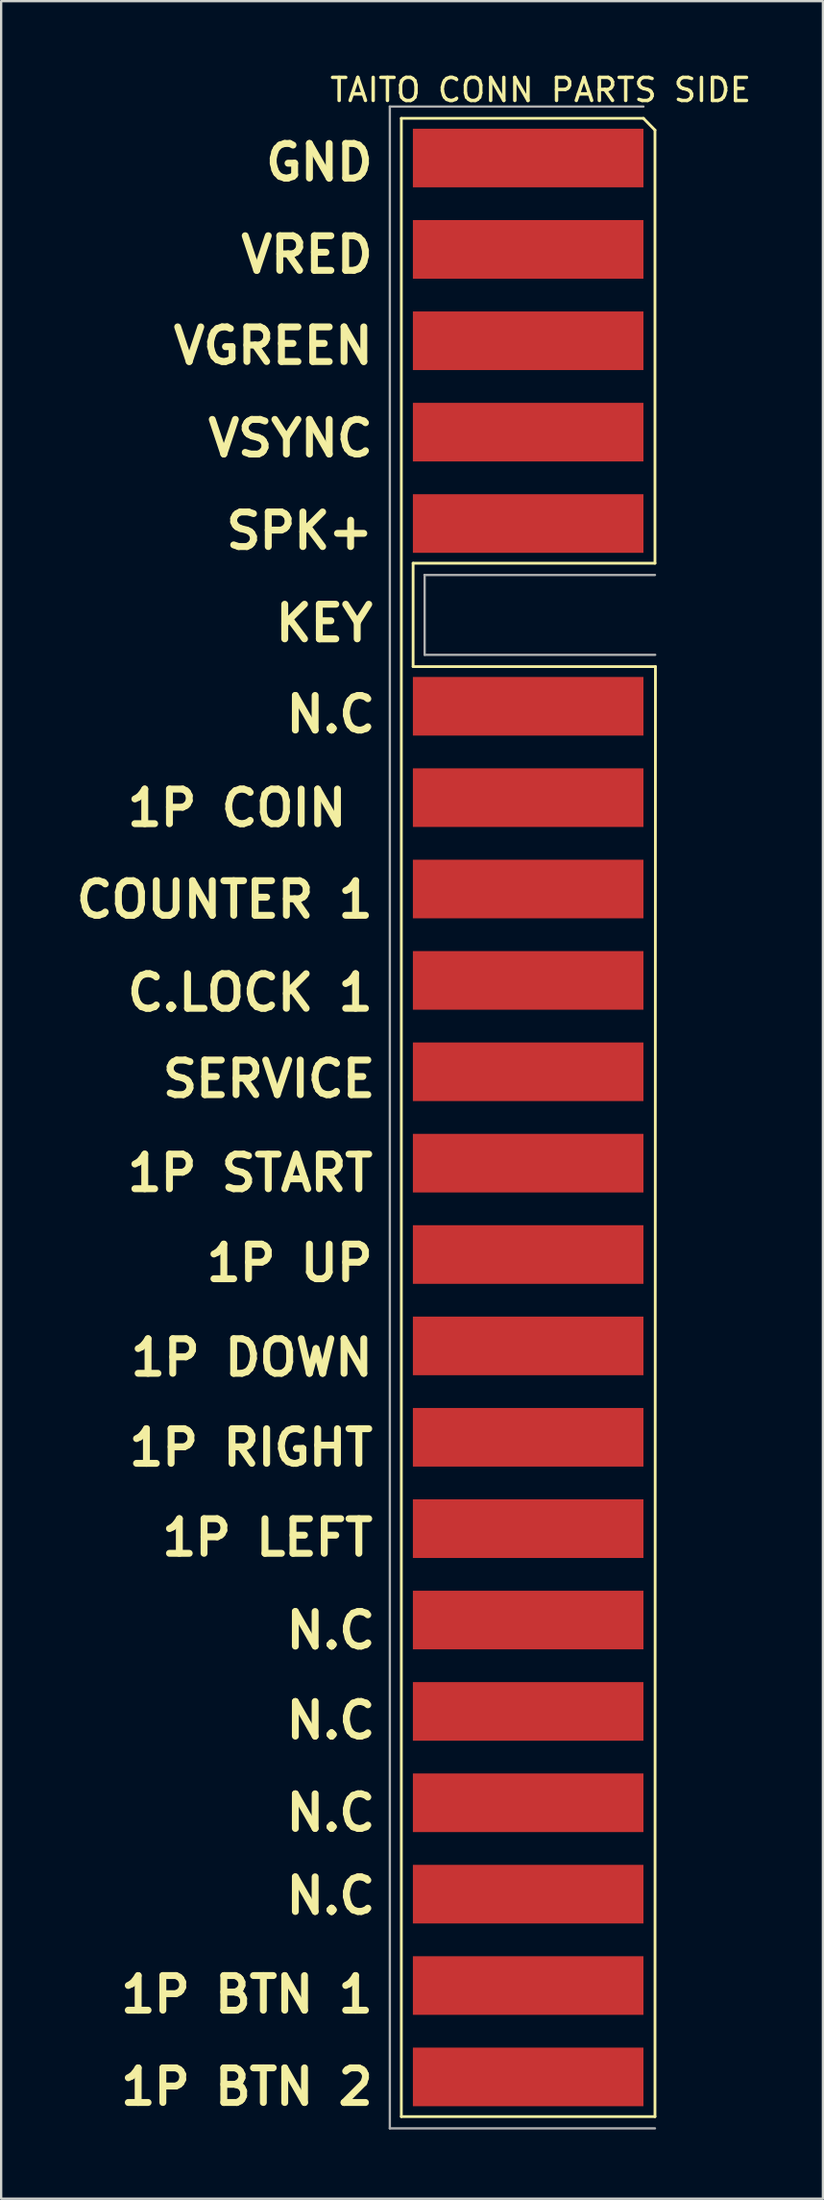
<source format=kicad_pcb>
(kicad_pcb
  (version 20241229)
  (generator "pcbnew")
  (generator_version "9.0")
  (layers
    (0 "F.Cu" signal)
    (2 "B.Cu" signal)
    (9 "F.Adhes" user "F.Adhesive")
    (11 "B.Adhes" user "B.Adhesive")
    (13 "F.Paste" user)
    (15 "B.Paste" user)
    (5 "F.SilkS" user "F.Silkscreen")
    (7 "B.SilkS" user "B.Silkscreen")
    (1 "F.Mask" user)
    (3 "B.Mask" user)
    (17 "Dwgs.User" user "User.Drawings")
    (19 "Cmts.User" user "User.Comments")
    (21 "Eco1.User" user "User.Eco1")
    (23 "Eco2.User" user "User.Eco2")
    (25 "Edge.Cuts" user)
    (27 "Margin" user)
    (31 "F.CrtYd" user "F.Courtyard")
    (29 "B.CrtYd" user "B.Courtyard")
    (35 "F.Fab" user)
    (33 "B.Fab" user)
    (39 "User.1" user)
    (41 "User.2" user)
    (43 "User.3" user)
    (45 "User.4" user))
  (footprint "TAITO CONN PARTS SIDE"
    (layer "F.Cu")
    (at 19.507 41.398)
    (property "Reference" "TAITO CONN PARTS SIDE" (at 0.89 -40.55 0) (unlocked yes) (layer "F.SilkS") (effects (font (size 1 1) (thickness 0.15))))
    (attr smd)
    (fp_line (start -5.15 -39.32) (end 5.35 -39.32) (stroke (width 0.12) (type default)) (layer "F.SilkS"))
    (fp_line (start -5.15 47.28) (end -5.15 -39.32) (stroke (width 0.12) (type default)) (layer "F.SilkS"))
    (fp_line (start -4.64 -20.04) (end -4.64 -15.56) (stroke (width 0.12) (type default)) (layer "F.SilkS"))
    (fp_line (start -4.64 -20.04) (end 5.85 -20.04) (stroke (width 0.12) (type default)) (layer "F.SilkS"))
    (fp_line (start -4.64 -15.56) (end 5.87 -15.56) (stroke (width 0.12) (type default)) (layer "F.SilkS"))
    (fp_line (start 5.35 -39.32) (end 5.85 -38.81) (stroke (width 0.12) (type default)) (layer "F.SilkS"))
    (fp_line (start 5.85 -38.81) (end 5.85 -20.04) (stroke (width 0.12) (type default)) (layer "F.SilkS"))
    (fp_line (start 5.85 47.28) (end -5.15 47.28) (stroke (width 0.12) (type default)) (layer "F.SilkS"))
    (fp_line (start 5.85 47.28) (end 5.87 -15.56) (stroke (width 0.12) (type default)) (layer "F.SilkS"))
    (fp_line (start -5.65 -39.83) (end -5.65 47.79) (stroke (width 0.1) (type default)) (layer "F.Fab"))
    (fp_line (start -5.65 47.79) (end 5.85 47.79) (stroke (width 0.1) (type default)) (layer "F.Fab"))
    (fp_line (start -4.15 -19.53) (end 5.85 -19.53) (stroke (width 0.1) (type default)) (layer "F.Fab"))
    (fp_line (start -4.14 -19.53) (end -4.14 -16.07) (stroke (width 0.1) (type default)) (layer "F.Fab"))
    (fp_line (start -4.14 -16.07) (end 5.86 -16.07) (stroke (width 0.1) (type default)) (layer "F.Fab"))
    (fp_line (start 5.35 -39.83) (end -5.65 -39.83) (stroke (width 0.1) (type default)) (layer "F.Fab"))
    (fp_text user "VRED" (at -9.243 -33.41 0) (layer "F.SilkS") (effects (font (size 1.5 1.5) (thickness 0.3))))
    (fp_text user "N.C" (at -6.121 -12.61 0) (unlocked yes) (layer "F.SilkS") (effects (font (size 1.5 1.5) (thickness 0.3) (bold yes)) (justify right bottom)))
    (fp_text user "KEY" (at -8.493 -17.44 0) (layer "F.SilkS") (effects (font (size 1.5 1.5) (thickness 0.3))))
    (fp_text user "N.C" (at -6.121 34.99 0) (unlocked yes) (layer "F.SilkS") (effects (font (size 1.5 1.5) (thickness 0.3) (bold yes)) (justify right bottom)))
    (fp_text user "N.C" (at -6.121 38.59 0) (unlocked yes) (layer "F.SilkS") (effects (font (size 1.5 1.5) (thickness 0.3) (bold yes)) (justify right bottom)))
    (fp_text user "1P BTN 1" (at -11.85 41.99 0) (layer "F.SilkS") (effects (font (size 1.5 1.5) (thickness 0.3))))
    (fp_text user "1P COIN " (at -11.707 -9.43 0) (layer "F.SilkS") (effects (font (size 1.5 1.5) (thickness 0.3))))
    (fp_text user "VSYNC" (at -9.957 -25.45 0) (layer "F.SilkS") (effects (font (size 1.5 1.5) (thickness 0.3))))
    (fp_text user "N.C" (at -6.121 27.09 0) (unlocked yes) (layer "F.SilkS") (effects (font (size 1.5 1.5) (thickness 0.3) (bold yes)) (justify right bottom)))
    (fp_text user "C.LOCK 1" (at -11.707 -1.43 0) (layer "F.SilkS") (effects (font (size 1.5 1.5) (thickness 0.3))))
    (fp_text user "1P LEFT" (at -10.957 22.19 0) (layer "F.SilkS") (effects (font (size 1.5 1.5) (thickness 0.3))))
    (fp_text user "SERVICE" (at -6.121 3.19 0) (unlocked yes) (layer "F.SilkS") (effects (font (size 1.5 1.5) (thickness 0.3) (bold yes)) (justify right bottom)))
    (fp_text user "N.C" (at -6.121 30.99 0) (unlocked yes) (layer "F.SilkS") (effects (font (size 1.5 1.5) (thickness 0.3) (bold yes)) (justify right bottom)))
    (fp_text user "1P UP" (at -9.993 10.29 0) (layer "F.SilkS") (effects (font (size 1.5 1.5) (thickness 0.3))))
    (fp_text user "1P START" (at -11.707 6.39 0) (layer "F.SilkS") (effects (font (size 1.5 1.5) (thickness 0.3))))
    (fp_text user "VGREEN" (at -10.707 -29.46 0) (layer "F.SilkS") (effects (font (size 1.5 1.5) (thickness 0.3))))
    (fp_text user "1P DOWN" (at -11.636 14.39 0) (layer "F.SilkS") (effects (font (size 1.5 1.5) (thickness 0.3))))
    (fp_text user "SPK+" (at -9.564 -21.44 0) (layer "F.SilkS") (effects (font (size 1.5 1.5) (thickness 0.3))))
    (fp_text user "1P RIGHT" (at -11.671 18.29 0) (layer "F.SilkS") (effects (font (size 1.5 1.5) (thickness 0.3))))
    (fp_text user "GND" (at -8.707 -37.41 0) (layer "F.SilkS") (effects (font (size 1.5 1.5) (thickness 0.3))))
    (fp_text user "1P BTN 2" (at -11.85 45.99 0) (layer "F.SilkS") (effects (font (size 1.5 1.5) (thickness 0.3))))
    (fp_text user "COUNTER 1" (at -12.814 -5.46 0) (layer "F.SilkS") (effects (font (size 1.5 1.5) (thickness 0.3))))
    (pad "1" connect rect (at 0.35 -37.6 270) (size 2.54 10) (layers "F.Cu" "F.Mask"))
    (pad "2" connect rect (at 0.35 -33.64 270) (size 2.54 10) (layers "F.Cu" "F.Mask"))
    (pad "3" connect rect (at 0.35 -29.68 270) (size 2.54 10) (layers "F.Cu" "F.Mask"))
    (pad "4" connect rect (at 0.35 -25.72 270) (size 2.54 10) (layers "F.Cu" "F.Mask"))
    (pad "5" connect rect (at 0.35 -21.76 270) (size 2.54 10) (layers "F.Cu" "F.Mask"))
    (pad "7" connect rect (at 0.35 -13.84 270) (size 2.54 10) (layers "F.Cu" "F.Mask"))
    (pad "8" connect rect (at 0.35 -9.88 270) (size 2.54 10) (layers "F.Cu" "F.Mask"))
    (pad "9" connect rect (at 0.35 -5.92 270) (size 2.54 10) (layers "F.Cu" "F.Mask"))
    (pad "10" connect rect (at 0.35 -1.96 270) (size 2.54 10) (layers "F.Cu" "F.Mask"))
    (pad "11" connect rect (at 0.35 2 270) (size 2.54 10) (layers "F.Cu" "F.Mask"))
    (pad "12" connect rect (at 0.35 5.96 270) (size 2.54 10) (layers "F.Cu" "F.Mask"))
    (pad "13" connect rect (at 0.35 9.92 270) (size 2.54 10) (layers "F.Cu" "F.Mask"))
    (pad "14" connect rect (at 0.35 13.88 270) (size 2.54 10) (layers "F.Cu" "F.Mask"))
    (pad "15" connect rect (at 0.35 17.84 270) (size 2.54 10) (layers "F.Cu" "F.Mask"))
    (pad "16" connect rect (at 0.35 21.8 270) (size 2.54 10) (layers "F.Cu" "F.Mask"))
    (pad "17" connect rect (at 0.35 25.76 270) (size 2.54 10) (layers "F.Cu" "F.Mask"))
    (pad "18" connect rect (at 0.35 29.72 270) (size 2.54 10) (layers "F.Cu" "F.Mask"))
    (pad "19" connect rect (at 0.35 33.68 270) (size 2.54 10) (layers "F.Cu" "F.Mask"))
    (pad "20" connect rect (at 0.35 37.64 270) (size 2.54 10) (layers "F.Cu" "F.Mask"))
    (pad "21" connect rect (at 0.35 41.6 270) (size 2.54 10) (layers "F.Cu" "F.Mask"))
    (pad "22" connect rect (at 0.35 45.56 270) (size 2.54 10) (layers "F.Cu" "F.Mask")))
  (gr_rect
    (start -3 -3)
    (end 32.641 92.238)
    (stroke (width 0.1) (type default))
    (fill no)
    (layer "Edge.Cuts")))
</source>
